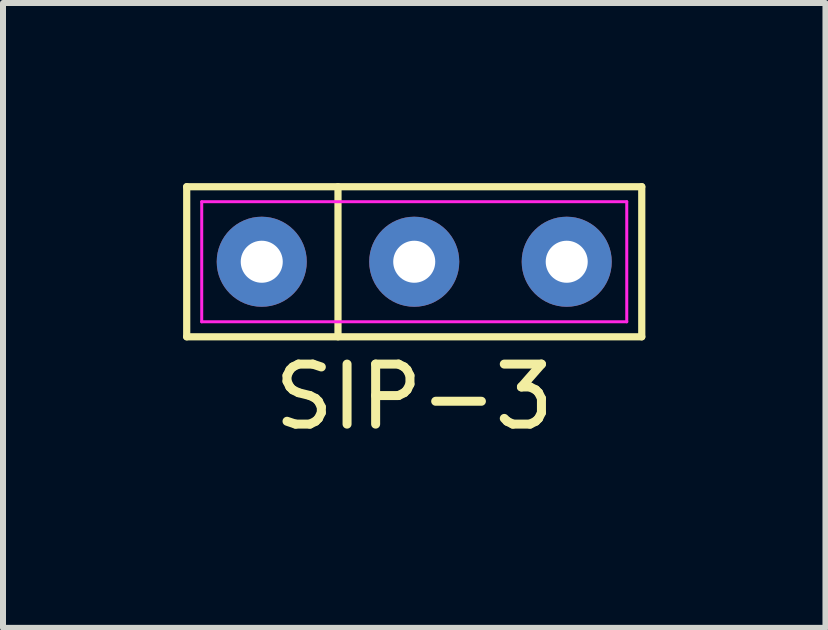
<source format=kicad_pcb>
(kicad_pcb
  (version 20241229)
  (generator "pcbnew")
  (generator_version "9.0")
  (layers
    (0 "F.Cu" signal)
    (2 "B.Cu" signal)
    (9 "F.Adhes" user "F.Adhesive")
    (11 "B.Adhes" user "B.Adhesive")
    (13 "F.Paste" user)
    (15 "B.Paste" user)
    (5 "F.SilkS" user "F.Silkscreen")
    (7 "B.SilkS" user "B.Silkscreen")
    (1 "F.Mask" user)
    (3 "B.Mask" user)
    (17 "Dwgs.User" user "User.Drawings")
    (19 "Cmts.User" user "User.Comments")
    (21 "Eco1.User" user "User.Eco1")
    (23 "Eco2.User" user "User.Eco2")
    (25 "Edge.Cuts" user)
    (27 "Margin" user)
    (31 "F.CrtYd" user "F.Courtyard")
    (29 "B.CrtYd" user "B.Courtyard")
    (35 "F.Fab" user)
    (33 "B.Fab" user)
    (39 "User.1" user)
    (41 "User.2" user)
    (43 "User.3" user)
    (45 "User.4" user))
  (footprint "SIP-3"
    (layer "F.Cu")
    (at 3.85 1.31)
    (property "Reference" "SIP-3" (at 0 2.25 0) (layer "F.SilkS") (effects (font (size 1 1) (thickness 0.15))))
    (fp_line (start -3.79 -1.25) (end 3.79 -1.25) (stroke (width 0.12) (type default)) (layer "F.SilkS"))
    (fp_line (start -3.79 1.25) (end -3.79 -1.25) (stroke (width 0.12) (type default)) (layer "F.SilkS"))
    (fp_line (start -1.27 -1.25) (end -1.27 1.25) (stroke (width 0.12) (type default)) (layer "F.SilkS"))
    (fp_line (start 3.79 -1.25) (end 3.79 1.25) (stroke (width 0.12) (type default)) (layer "F.SilkS"))
    (fp_line (start 3.79 1.25) (end -3.79 1.25) (stroke (width 0.12) (type default)) (layer "F.SilkS"))
    (fp_line (start -3.54 -1) (end 3.54 -1) (stroke (width 0.05) (type default)) (layer "F.CrtYd"))
    (fp_line (start -3.54 1) (end -3.54 -1) (stroke (width 0.05) (type default)) (layer "F.CrtYd"))
    (fp_line (start 3.54 -1) (end 3.54 1) (stroke (width 0.05) (type default)) (layer "F.CrtYd"))
    (fp_line (start 3.54 1) (end -3.54 1) (stroke (width 0.05) (type default)) (layer "F.CrtYd"))
    (pad "1" thru_hole circle (at -2.54 0) (size 1.5 1.5) (drill 0.7) (layers "*.Cu" "*.Mask"))
    (pad "2" thru_hole circle (at 0 0) (size 1.5 1.5) (drill 0.7) (layers "*.Cu" "*.Mask"))
    (pad "3" thru_hole circle (at 2.54 0) (size 1.5 1.5) (drill 0.7) (layers "*.Cu" "*.Mask")))
  (gr_rect
    (start -3 -3)
    (end 10.7 7.408)
    (stroke (width 0.1) (type default))
    (fill no)
    (layer "Edge.Cuts")))
</source>
